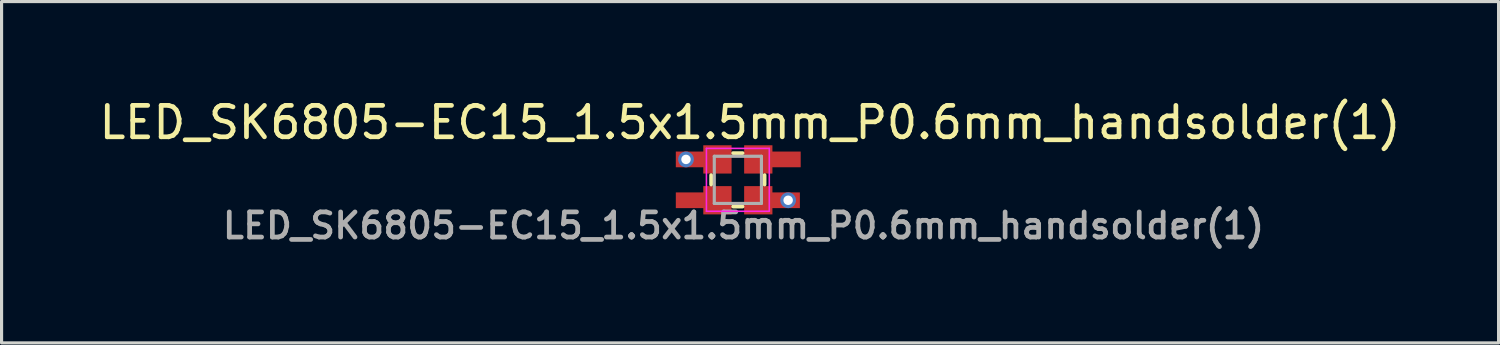
<source format=kicad_pcb>
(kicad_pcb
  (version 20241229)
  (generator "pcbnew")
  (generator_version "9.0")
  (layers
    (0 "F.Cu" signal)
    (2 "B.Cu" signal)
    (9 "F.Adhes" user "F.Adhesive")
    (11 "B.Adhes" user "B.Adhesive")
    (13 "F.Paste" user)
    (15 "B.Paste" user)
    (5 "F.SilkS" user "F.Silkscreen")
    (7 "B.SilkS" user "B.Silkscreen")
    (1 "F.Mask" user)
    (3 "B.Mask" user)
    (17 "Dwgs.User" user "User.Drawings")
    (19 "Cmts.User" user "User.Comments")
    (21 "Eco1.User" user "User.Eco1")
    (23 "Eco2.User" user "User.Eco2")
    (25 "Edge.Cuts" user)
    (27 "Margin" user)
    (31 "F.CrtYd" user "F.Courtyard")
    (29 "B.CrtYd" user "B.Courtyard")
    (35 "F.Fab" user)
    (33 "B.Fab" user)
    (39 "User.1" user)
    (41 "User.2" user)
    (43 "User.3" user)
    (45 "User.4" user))
  (footprint "LED_SK6805-EC15_1.5x1.5mm_P0.6mm_handsolder(1)"
    (layer "F.Cu")
    (at 20.427 2.672)
    (property "Reference" "LED_SK6805-EC15_1.5x1.5mm_P0.6mm_handsolder(1)" (at 0.389 -1.824 0) (layer "F.SilkS") (effects (font (size 1 1) (thickness 0.15))))
    (attr smd)
    (fp_line (start -0.85 -0.15) (end -0.85 0.15) (stroke (width 0.12) (type solid)) (layer "F.SilkS"))
    (fp_line (start -0.15 -0.85) (end 0.15 -0.85) (stroke (width 0.12) (type solid)) (layer "F.SilkS"))
    (fp_line (start 0.15 0.85) (end -0.15 0.85) (stroke (width 0.12) (type solid)) (layer "F.SilkS"))
    (fp_line (start 0.85 -0.15) (end 0.85 0.15) (stroke (width 0.12) (type solid)) (layer "F.SilkS"))
    (fp_line (start -1 -1) (end -1 1) (stroke (width 0.05) (type solid)) (layer "F.CrtYd"))
    (fp_line (start -1 1) (end 1 1) (stroke (width 0.05) (type solid)) (layer "F.CrtYd"))
    (fp_line (start 1 -1) (end -1 -1) (stroke (width 0.05) (type solid)) (layer "F.CrtYd"))
    (fp_line (start 1 1) (end 1 -1) (stroke (width 0.05) (type solid)) (layer "F.CrtYd"))
    (fp_line (start -0.75 -0.75) (end -0.75 0.75) (stroke (width 0.1) (type solid)) (layer "F.Fab"))
    (fp_line (start -0.75 0.75) (end 0.75 0.75) (stroke (width 0.1) (type solid)) (layer "F.Fab"))
    (fp_line (start 0.75 -0.75) (end -0.75 -0.75) (stroke (width 0.1) (type solid)) (layer "F.Fab"))
    (fp_line (start 0.75 0.75) (end 0.75 -0.75) (stroke (width 0.1) (type solid)) (layer "F.Fab"))
    (fp_text user "${REFERENCE}" (at 0.18 1.458 0) (layer "F.Fab") (effects (font (size 0.8 0.8) (thickness 0.15))))
    (pad "1" smd rect (at -1.124 0.65) (size 1.7 0.5) (layers "F.Cu" "F.Mask" "F.Paste"))
    (pad "1" smd rect (at -0.65 0.65) (size 0.9 0.9) (layers "F.Cu" "F.Mask" "F.Paste"))
    (pad "2" smd rect (at 0.65 0.65) (size 0.9 0.9) (layers "F.Cu" "F.Mask" "F.Paste"))
    (pad "2" smd rect (at 1.124 0.65) (size 1.7 0.5) (layers "F.Cu" "F.Mask" "F.Paste"))
    (pad "2" thru_hole circle (at 1.6 0.65) (size 0.5 0.5) (drill 0.3) (layers "*.Cu" "*.Mask"))
    (pad "3" smd rect (at 0.65 -0.65) (size 0.9 0.9) (layers "F.Cu" "F.Mask" "F.Paste"))
    (pad "3" smd rect (at 1.149 -0.65) (size 1.7 0.5) (layers "F.Cu" "F.Mask" "F.Paste"))
    (pad "4" thru_hole circle (at -1.65 -0.65) (size 0.5 0.5) (drill 0.3) (layers "*.Cu" "*.Mask"))
    (pad "4" smd rect (at -1.124 -0.65) (size 1.7 0.5) (layers "F.Cu" "F.Mask" "F.Paste"))
    (pad "4" smd rect (at -0.65 -0.65) (size 0.9 0.9) (layers "F.Cu" "F.Mask" "F.Paste")))
  (gr_rect
    (start -3 -3)
    (end 44.631 7.861)
    (stroke (width 0.1) (type default))
    (fill no)
    (layer "Edge.Cuts")))
</source>
